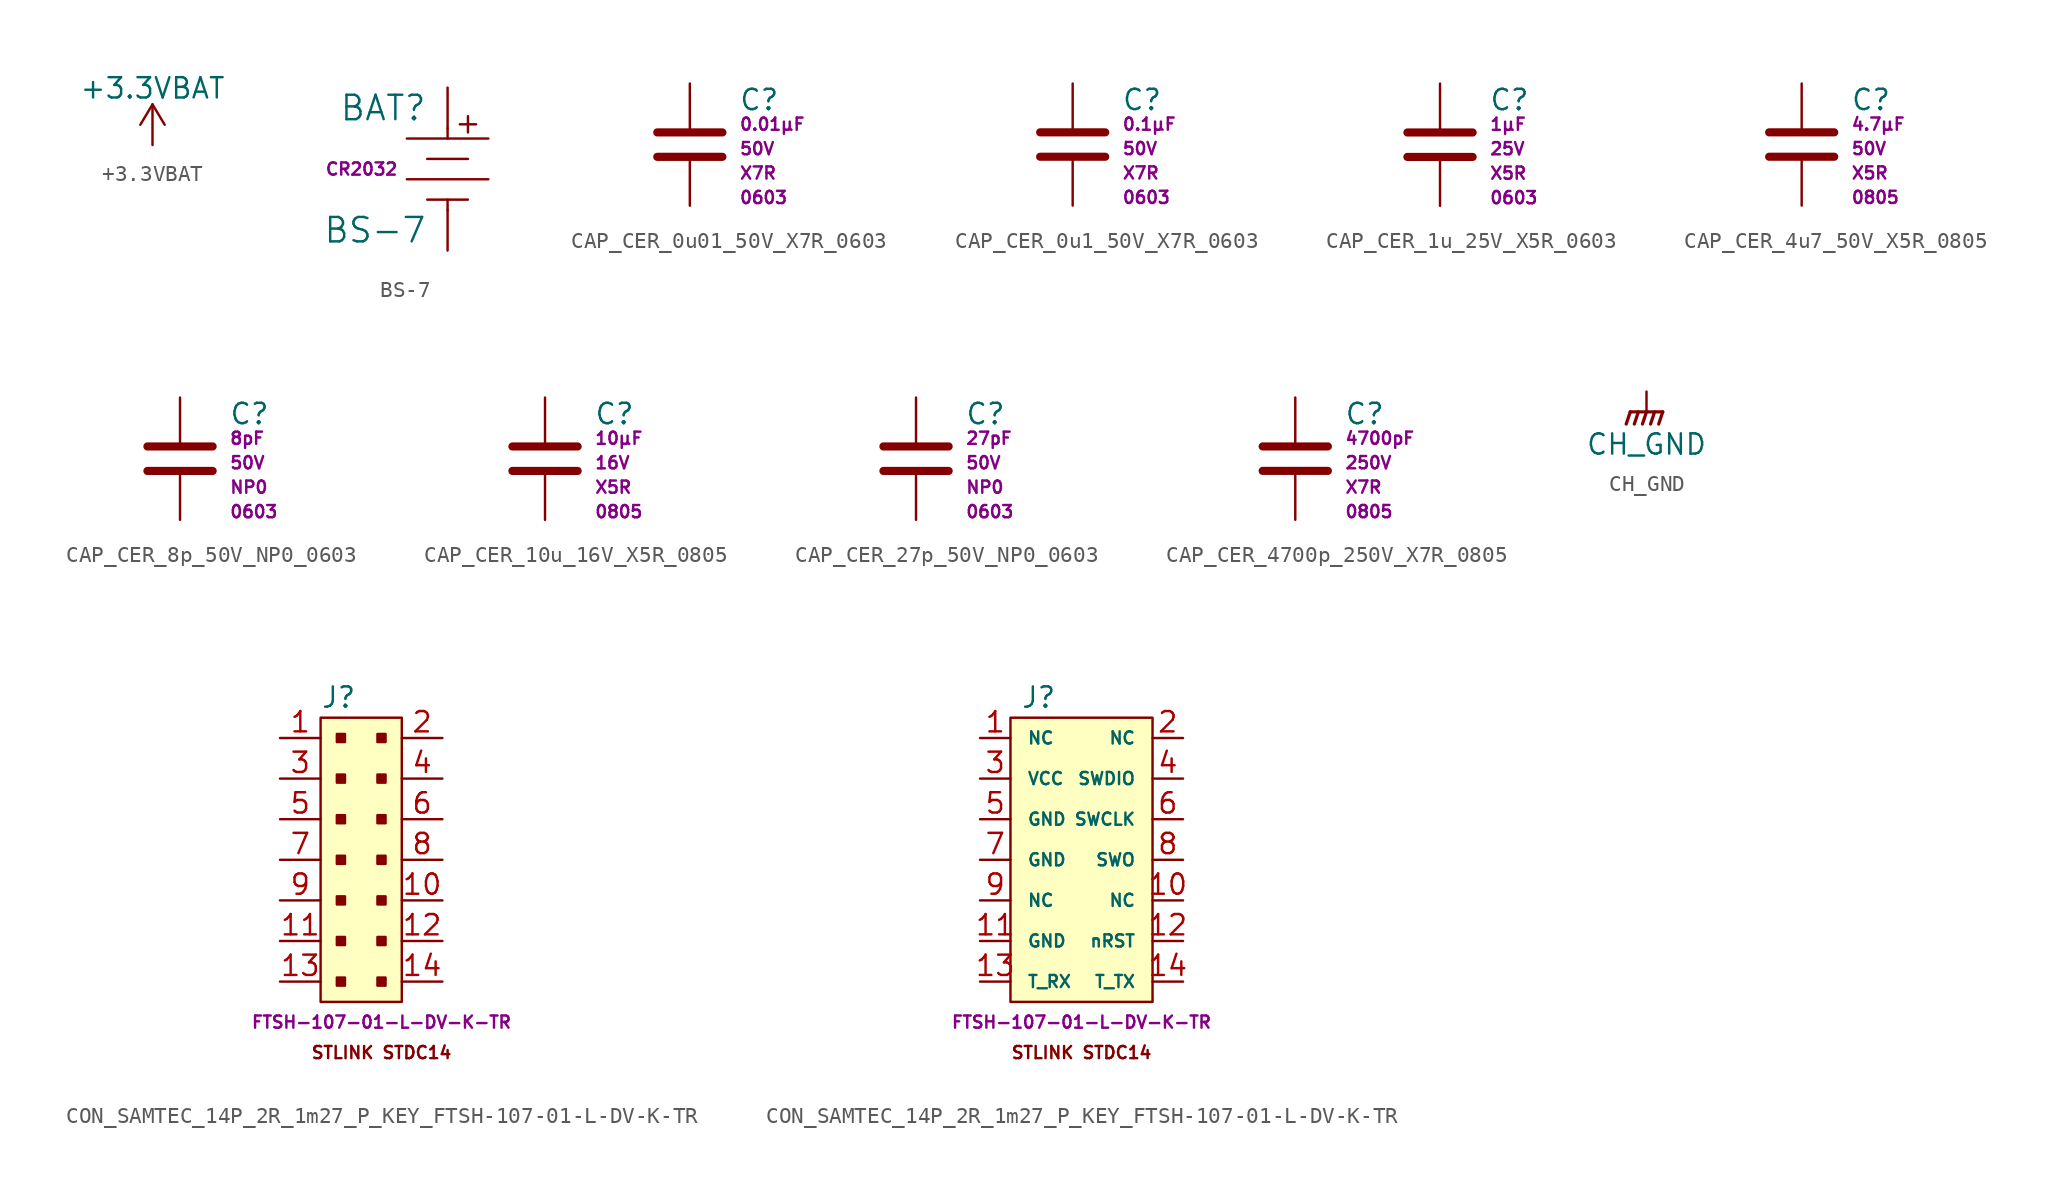
<source format=kicad_sym>
(kicad_symbol_lib
  (version 20211014)
  (generator kicad_symbol_editor)
  (symbol "+3.3VBAT"
    (power)
    (pin_names
      (offset 0))
    (property "Reference" "#PWR"
      (at 0 -3.81 0)
      (effects (font (size 1.27 1.27)) hide))
    (property "Value" "+3.3VBAT"
      (at 0 3.556 0)
      (effects (font (size 1.27 1.27))))
    (symbol "+3.3VBAT_0_1"
      (polyline (pts (xy -0.762 1.27) (xy 0 2.54)) (stroke (width 0) (type default) (color 0 0 0 0)) (fill (type none)))
      (polyline (pts (xy 0 0) (xy 0 2.54)) (stroke (width 0) (type default) (color 0 0 0 0)) (fill (type none)))
      (polyline (pts (xy 0 2.54) (xy 0.762 1.27)) (stroke (width 0) (type default) (color 0 0 0 0)) (fill (type none))))
    (symbol "+3.3VBAT_1_1"
      (pin power_in line (at 0 0 90) (length 0) hide (name "180V" (effects (font (size 1.27 1.27)))) (number "1" (effects (font (size 1.27 1.27)))))))
  (symbol "BS-7"
    (pin_numbers hide)
    (pin_names
      (offset 1.016))
    (property "Reference" "BAT"
      (at -1.27 -1.27 0)
      (effects (font (size 1.524 1.524)) (justify right)))
    (property "Value" "BS-7"
      (at -1.27 -8.89 0)
      (effects (font (size 1.524 1.524)) (justify right)))
    (property "Battery" "CR2032"
      (at -3.048 -5.08 0)
      (effects (font (size 0.762 0.762)) (justify right)))
    (symbol "BS-7_1_1"
      (polyline (pts (xy 0 -7.62) (xy 0 -6.985)) (stroke (width 0) (type default) (color 0 0 0 0)) (fill (type none)))
      (polyline (pts (xy 0 -3.175) (xy 0 -2.54)) (stroke (width 0) (type default) (color 0 0 0 0)) (fill (type none)))
      (polyline (pts (xy 1.27 -6.985) (xy -1.27 -6.985)) (stroke (width 0) (type default) (color 0 0 0 0)) (fill (type none)))
      (polyline (pts (xy 1.27 -4.445) (xy -1.27 -4.445)) (stroke (width 0) (type default) (color 0 0 0 0)) (fill (type none)))
      (polyline (pts (xy 1.27 -2.794) (xy 1.27 -1.778)) (stroke (width 0) (type default) (color 0 0 0 0)) (fill (type none)))
      (polyline (pts (xy 1.778 -2.286) (xy 0.762 -2.286)) (stroke (width 0) (type default) (color 0 0 0 0)) (fill (type none)))
      (polyline (pts (xy 2.54 -5.715) (xy -2.54 -5.715)) (stroke (width 0) (type default) (color 0 0 0 0)) (fill (type none)))
      (polyline (pts (xy 2.54 -3.175) (xy -2.54 -3.175)) (stroke (width 0) (type default) (color 0 0 0 0)) (fill (type none)))
      (pin power_out line (at 0 -10.16 90) (length 2.54) (name "~" (effects (font (size 1.27 1.27)))) (number "Neg" (effects (font (size 1.27 1.27)))))
      (pin power_out line (at 0 0 270) (length 2.54) (name "~" (effects (font (size 1.27 1.27)))) (number "Pos" (effects (font (size 1.27 1.27)))))))
  (symbol "CAP_CER_0u01_50V_X7R_0603"
    (pin_numbers hide)
    (pin_names
      (offset 0.254))
    (property "Reference" "C"
      (at 3.048 -1.016 0)
      (effects (font (size 1.27 1.27)) (justify left)))
    (property "Capacitance" "0.01µF"
      (at 3.048 -2.54 0)
      (effects (font (size 0.762 0.762)) (justify left)))
    (property "Voltage" "50V"
      (at 3.048 -4.064 0)
      (effects (font (size 0.762 0.762)) (justify left)))
    (property "Package" "0603"
      (at 3.048 -7.112 0)
      (effects (font (size 0.762 0.762)) (justify left)))
    (property "Temp Co" "X7R"
      (at 3.048 -5.588 0)
      (effects (font (size 0.762 0.762)) (justify left)))
    (symbol "CAP_CER_0u01_50V_X7R_0603_0_1"
      (polyline (pts (xy -2.032 -4.572) (xy 2.032 -4.572)) (stroke (width 0.508) (type default) (color 0 0 0 0)) (fill (type none)))
      (polyline (pts (xy -2.032 -3.048) (xy 2.032 -3.048)) (stroke (width 0.508) (type default) (color 0 0 0 0)) (fill (type none))))
    (symbol "CAP_CER_0u01_50V_X7R_0603_1_1"
      (pin passive line (at 0 0 270) (length 2.794) (name "~" (effects (font (size 1.27 1.27)))) (number "1" (effects (font (size 1.27 1.27)))))
      (pin passive line (at 0 -7.62 90) (length 2.794) (name "~" (effects (font (size 1.27 1.27)))) (number "2" (effects (font (size 1.27 1.27)))))))
  (symbol "CAP_CER_0u1_50V_X7R_0603"
    (pin_numbers hide)
    (pin_names
      (offset 0.254))
    (property "Reference" "C"
      (at 3.048 -1.016 0)
      (effects (font (size 1.27 1.27)) (justify left)))
    (property "Capacitance" "0.1µF"
      (at 3.048 -2.54 0)
      (effects (font (size 0.762 0.762)) (justify left)))
    (property "Voltage" "50V"
      (at 3.048 -4.064 0)
      (effects (font (size 0.762 0.762)) (justify left)))
    (property "Package" "0603"
      (at 3.048 -7.112 0)
      (effects (font (size 0.762 0.762)) (justify left)))
    (property "Temp Co" "X7R"
      (at 3.048 -5.588 0)
      (effects (font (size 0.762 0.762)) (justify left)))
    (symbol "CAP_CER_0u1_50V_X7R_0603_0_1"
      (polyline (pts (xy -2.032 -4.572) (xy 2.032 -4.572)) (stroke (width 0.508) (type default) (color 0 0 0 0)) (fill (type none)))
      (polyline (pts (xy -2.032 -3.048) (xy 2.032 -3.048)) (stroke (width 0.508) (type default) (color 0 0 0 0)) (fill (type none))))
    (symbol "CAP_CER_0u1_50V_X7R_0603_1_1"
      (pin passive line (at 0 0 270) (length 2.794) (name "~" (effects (font (size 1.27 1.27)))) (number "1" (effects (font (size 1.27 1.27)))))
      (pin passive line (at 0 -7.62 90) (length 2.794) (name "~" (effects (font (size 1.27 1.27)))) (number "2" (effects (font (size 1.27 1.27)))))))
  (symbol "CAP_CER_1u_25V_X5R_0603"
    (pin_numbers hide)
    (pin_names
      (offset 0.254))
    (property "Reference" "C"
      (at 3.048 -1.016 0)
      (effects (font (size 1.27 1.27)) (justify left)))
    (property "Capacitance" "1µF"
      (at 3.048 -2.54 0)
      (effects (font (size 0.762 0.762)) (justify left)))
    (property "Voltage" "25V"
      (at 3.048 -4.064 0)
      (effects (font (size 0.762 0.762)) (justify left)))
    (property "Package" "0603"
      (at 3.048 -7.112 0)
      (effects (font (size 0.762 0.762)) (justify left)))
    (property "Temp Co" "X5R"
      (at 3.048 -5.588 0)
      (effects (font (size 0.762 0.762)) (justify left)))
    (symbol "CAP_CER_1u_25V_X5R_0603_0_1"
      (polyline (pts (xy -2.032 -4.572) (xy 2.032 -4.572)) (stroke (width 0.508) (type default) (color 0 0 0 0)) (fill (type none)))
      (polyline (pts (xy -2.032 -3.048) (xy 2.032 -3.048)) (stroke (width 0.508) (type default) (color 0 0 0 0)) (fill (type none))))
    (symbol "CAP_CER_1u_25V_X5R_0603_1_1"
      (pin passive line (at 0 0 270) (length 2.794) (name "~" (effects (font (size 1.27 1.27)))) (number "1" (effects (font (size 1.27 1.27)))))
      (pin passive line (at 0 -7.62 90) (length 2.794) (name "~" (effects (font (size 1.27 1.27)))) (number "2" (effects (font (size 1.27 1.27)))))))
  (symbol "CAP_CER_4u7_50V_X5R_0805"
    (pin_numbers hide)
    (pin_names
      (offset 0.254))
    (property "Reference" "C"
      (at 3.048 -1.016 0)
      (effects (font (size 1.27 1.27)) (justify left)))
    (property "Capacitance" "4.7µF"
      (at 3.048 -2.54 0)
      (effects (font (size 0.762 0.762)) (justify left)))
    (property "Voltage" "50V"
      (at 3.048 -4.064 0)
      (effects (font (size 0.762 0.762)) (justify left)))
    (property "Package" "0805"
      (at 3.048 -7.112 0)
      (effects (font (size 0.762 0.762)) (justify left)))
    (property "Temp Co" "X5R"
      (at 3.048 -5.588 0)
      (effects (font (size 0.762 0.762)) (justify left)))
    (symbol "CAP_CER_4u7_50V_X5R_0805_0_1"
      (polyline (pts (xy -2.032 -4.572) (xy 2.032 -4.572)) (stroke (width 0.508) (type default) (color 0 0 0 0)) (fill (type none)))
      (polyline (pts (xy -2.032 -3.048) (xy 2.032 -3.048)) (stroke (width 0.508) (type default) (color 0 0 0 0)) (fill (type none))))
    (symbol "CAP_CER_4u7_50V_X5R_0805_1_1"
      (pin passive line (at 0 0 270) (length 2.794) (name "~" (effects (font (size 1.27 1.27)))) (number "1" (effects (font (size 1.27 1.27)))))
      (pin passive line (at 0 -7.62 90) (length 2.794) (name "~" (effects (font (size 1.27 1.27)))) (number "2" (effects (font (size 1.27 1.27)))))))
  (symbol "CAP_CER_8p_50V_NP0_0603"
    (pin_numbers hide)
    (pin_names
      (offset 0.254))
    (property "Reference" "C"
      (at 3.048 -1.016 0)
      (effects (font (size 1.27 1.27)) (justify left)))
    (property "Capacitance" "8pF"
      (at 3.048 -2.54 0)
      (effects (font (size 0.762 0.762)) (justify left)))
    (property "Voltage" "50V"
      (at 3.048 -4.064 0)
      (effects (font (size 0.762 0.762)) (justify left)))
    (property "Package" "0603"
      (at 3.048 -7.112 0)
      (effects (font (size 0.762 0.762)) (justify left)))
    (property "Temp Co" "NP0"
      (at 3.048 -5.588 0)
      (effects (font (size 0.762 0.762)) (justify left)))
    (symbol "CAP_CER_8p_50V_NP0_0603_0_1"
      (polyline (pts (xy -2.032 -4.572) (xy 2.032 -4.572)) (stroke (width 0.508) (type default) (color 0 0 0 0)) (fill (type none)))
      (polyline (pts (xy -2.032 -3.048) (xy 2.032 -3.048)) (stroke (width 0.508) (type default) (color 0 0 0 0)) (fill (type none))))
    (symbol "CAP_CER_8p_50V_NP0_0603_1_1"
      (pin passive line (at 0 0 270) (length 2.794) (name "~" (effects (font (size 1.27 1.27)))) (number "1" (effects (font (size 1.27 1.27)))))
      (pin passive line (at 0 -7.62 90) (length 2.794) (name "~" (effects (font (size 1.27 1.27)))) (number "2" (effects (font (size 1.27 1.27)))))))
  (symbol "CAP_CER_10u_16V_X5R_0805"
    (pin_numbers hide)
    (pin_names
      (offset 0.254))
    (property "Reference" "C"
      (at 3.048 -1.016 0)
      (effects (font (size 1.27 1.27)) (justify left)))
    (property "Capacitance" "10µF"
      (at 3.048 -2.54 0)
      (effects (font (size 0.762 0.762)) (justify left)))
    (property "Voltage" "16V"
      (at 3.048 -4.064 0)
      (effects (font (size 0.762 0.762)) (justify left)))
    (property "Package" "0805"
      (at 3.048 -7.112 0)
      (effects (font (size 0.762 0.762)) (justify left)))
    (property "Temp Co" "X5R"
      (at 3.048 -5.588 0)
      (effects (font (size 0.762 0.762)) (justify left)))
    (symbol "CAP_CER_10u_16V_X5R_0805_0_1"
      (polyline (pts (xy -2.032 -4.572) (xy 2.032 -4.572)) (stroke (width 0.508) (type default) (color 0 0 0 0)) (fill (type none)))
      (polyline (pts (xy -2.032 -3.048) (xy 2.032 -3.048)) (stroke (width 0.508) (type default) (color 0 0 0 0)) (fill (type none))))
    (symbol "CAP_CER_10u_16V_X5R_0805_1_1"
      (pin passive line (at 0 0 270) (length 2.794) (name "~" (effects (font (size 1.27 1.27)))) (number "1" (effects (font (size 1.27 1.27)))))
      (pin passive line (at 0 -7.62 90) (length 2.794) (name "~" (effects (font (size 1.27 1.27)))) (number "2" (effects (font (size 1.27 1.27)))))))
  (symbol "CAP_CER_27p_50V_NP0_0603"
    (pin_numbers hide)
    (pin_names
      (offset 0.254))
    (property "Reference" "C"
      (at 3.048 -1.016 0)
      (effects (font (size 1.27 1.27)) (justify left)))
    (property "Capacitance" "27pF"
      (at 3.048 -2.54 0)
      (effects (font (size 0.762 0.762)) (justify left)))
    (property "Voltage" "50V"
      (at 3.048 -4.064 0)
      (effects (font (size 0.762 0.762)) (justify left)))
    (property "Package" "0603"
      (at 3.048 -7.112 0)
      (effects (font (size 0.762 0.762)) (justify left)))
    (property "Temp Co" "NP0"
      (at 3.048 -5.588 0)
      (effects (font (size 0.762 0.762)) (justify left)))
    (symbol "CAP_CER_27p_50V_NP0_0603_0_1"
      (polyline (pts (xy -2.032 -4.572) (xy 2.032 -4.572)) (stroke (width 0.508) (type default) (color 0 0 0 0)) (fill (type none)))
      (polyline (pts (xy -2.032 -3.048) (xy 2.032 -3.048)) (stroke (width 0.508) (type default) (color 0 0 0 0)) (fill (type none))))
    (symbol "CAP_CER_27p_50V_NP0_0603_1_1"
      (pin passive line (at 0 0 270) (length 2.794) (name "~" (effects (font (size 1.27 1.27)))) (number "1" (effects (font (size 1.27 1.27)))))
      (pin passive line (at 0 -7.62 90) (length 2.794) (name "~" (effects (font (size 1.27 1.27)))) (number "2" (effects (font (size 1.27 1.27)))))))
  (symbol "CAP_CER_4700p_250V_X7R_0805"
    (pin_numbers hide)
    (pin_names
      (offset 0.254))
    (property "Reference" "C"
      (at 3.048 -1.016 0)
      (effects (font (size 1.27 1.27)) (justify left)))
    (property "Capacitance" "4700pF"
      (at 3.048 -2.54 0)
      (effects (font (size 0.762 0.762)) (justify left)))
    (property "Voltage" "250V"
      (at 3.048 -4.064 0)
      (effects (font (size 0.762 0.762)) (justify left)))
    (property "Package" "0805"
      (at 3.048 -7.112 0)
      (effects (font (size 0.762 0.762)) (justify left)))
    (property "Temp Co" "X7R"
      (at 3.048 -5.588 0)
      (effects (font (size 0.762 0.762)) (justify left)))
    (symbol "CAP_CER_4700p_250V_X7R_0805_0_1"
      (polyline (pts (xy -2.032 -4.572) (xy 2.032 -4.572)) (stroke (width 0.508) (type default) (color 0 0 0 0)) (fill (type none)))
      (polyline (pts (xy -2.032 -3.048) (xy 2.032 -3.048)) (stroke (width 0.508) (type default) (color 0 0 0 0)) (fill (type none))))
    (symbol "CAP_CER_4700p_250V_X7R_0805_1_1"
      (pin passive line (at 0 0 270) (length 2.794) (name "~" (effects (font (size 1.27 1.27)))) (number "1" (effects (font (size 1.27 1.27)))))
      (pin passive line (at 0 -7.62 90) (length 2.794) (name "~" (effects (font (size 1.27 1.27)))) (number "2" (effects (font (size 1.27 1.27)))))))
  (symbol "CH_GND"
    (power)
    (pin_names
      (offset 0))
    (property "Reference" "#PWR"
      (at 0 -5.08 0)
      (effects (font (size 1.27 1.27)) hide))
    (property "Value" "CH_GND"
      (at 0 -3.302 0)
      (effects (font (size 1.27 1.27))))
    (symbol "CH_GND_0_1"
      (polyline (pts (xy 0 -1.27) (xy 0 0)) (stroke (width 0) (type default) (color 0 0 0 0)) (fill (type none)))
      (polyline (pts (xy -1.016 -1.27) (xy -1.27 -2.032) (xy -1.27 -2.032)) (stroke (width 0.203) (type default) (color 0 0 0 0)) (fill (type none)))
      (polyline (pts (xy -0.508 -1.27) (xy -0.762 -2.032) (xy -0.762 -2.032)) (stroke (width 0.203) (type default) (color 0 0 0 0)) (fill (type none)))
      (polyline (pts (xy 0 -1.27) (xy -0.254 -2.032) (xy -0.254 -2.032)) (stroke (width 0.203) (type default) (color 0 0 0 0)) (fill (type none)))
      (polyline (pts (xy 0.508 -1.27) (xy 0.254 -2.032) (xy 0.254 -2.032)) (stroke (width 0.203) (type default) (color 0 0 0 0)) (fill (type none)))
      (polyline (pts (xy 1.016 -1.27) (xy -1.016 -1.27) (xy -1.016 -1.27)) (stroke (width 0.203) (type default) (color 0 0 0 0)) (fill (type none)))
      (polyline (pts (xy 1.016 -1.27) (xy 0.762 -2.032) (xy 0.762 -2.032) (xy 0.762 -2.032)) (stroke (width 0.203) (type default) (color 0 0 0 0)) (fill (type none))))
    (symbol "CH_GND_1_1"
      (pin power_in line (at 0 0 270) (length 0) hide (name "GNDPWR" (effects (font (size 1.27 1.27)))) (number "1" (effects (font (size 1.27 1.27)))))))
  (symbol "CON_SAMTEC_14P_2R_1m27_P_KEY_FTSH-107-01-L-DV-K-TR"
    (pin_names
      (offset 1.016))
    (property "Reference" "J"
      (at 2.54 2.54 0)
      (effects (font (size 1.27 1.27)) (justify left)))
    (property "ManufacturerPN" "FTSH-107-01-L-DV-K-TR"
      (at 6.35 -17.78 0)
      (effects (font (size 0.762 0.762))))
    (symbol "CON_SAMTEC_14P_2R_1m27_P_KEY_FTSH-107-01-L-DV-K-TR_0_0"
      (text "STLINK STDC14" (at 6.35 -19.685 0) (effects (font (size 0.762 0.762)))))
    (symbol "CON_SAMTEC_14P_2R_1m27_P_KEY_FTSH-107-01-L-DV-K-TR_1_1"
      (rectangle (start 2.54 1.27) (end 7.62 -16.51) (stroke (width 0) (type default) (color 0 0 0 0)) (fill (type background)))
      (rectangle (start 3.556 -14.986) (end 4.064 -15.494) (stroke (width 0) (type default) (color 0 0 0 0)) (fill (type outline)))
      (rectangle (start 3.556 -12.446) (end 4.064 -12.954) (stroke (width 0) (type default) (color 0 0 0 0)) (fill (type outline)))
      (rectangle (start 3.556 -9.906) (end 4.064 -10.414) (stroke (width 0) (type default) (color 0 0 0 0)) (fill (type outline)))
      (rectangle (start 3.556 -7.366) (end 4.064 -7.874) (stroke (width 0) (type default) (color 0 0 0 0)) (fill (type outline)))
      (rectangle (start 3.556 -4.826) (end 4.064 -5.334) (stroke (width 0) (type default) (color 0 0 0 0)) (fill (type outline)))
      (rectangle (start 3.556 -2.286) (end 4.064 -2.794) (stroke (width 0) (type default) (color 0 0 0 0)) (fill (type outline)))
      (rectangle (start 3.556 0.254) (end 4.064 -0.254) (stroke (width 0) (type default) (color 0 0 0 0)) (fill (type outline)))
      (rectangle (start 6.096 -14.986) (end 6.604 -15.494) (stroke (width 0) (type default) (color 0 0 0 0)) (fill (type outline)))
      (rectangle (start 6.096 -12.446) (end 6.604 -12.954) (stroke (width 0) (type default) (color 0 0 0 0)) (fill (type outline)))
      (rectangle (start 6.096 -9.906) (end 6.604 -10.414) (stroke (width 0) (type default) (color 0 0 0 0)) (fill (type outline)))
      (rectangle (start 6.096 -7.366) (end 6.604 -7.874) (stroke (width 0) (type default) (color 0 0 0 0)) (fill (type outline)))
      (rectangle (start 6.096 -4.826) (end 6.604 -5.334) (stroke (width 0) (type default) (color 0 0 0 0)) (fill (type outline)))
      (rectangle (start 6.096 -2.286) (end 6.604 -2.794) (stroke (width 0) (type default) (color 0 0 0 0)) (fill (type outline)))
      (rectangle (start 6.096 0.254) (end 6.604 -0.254) (stroke (width 0) (type default) (color 0 0 0 0)) (fill (type outline)))
      (pin passive line (at 0 0 0) (length 2.54) (name "~" (effects (font (size 1.27 1.27)))) (number "1" (effects (font (size 1.27 1.27)))))
      (pin passive line (at 10.16 -10.16 180) (length 2.54) (name "~" (effects (font (size 1.27 1.27)))) (number "10" (effects (font (size 1.27 1.27)))))
      (pin passive line (at 0 -12.7 0) (length 2.54) (name "~" (effects (font (size 1.27 1.27)))) (number "11" (effects (font (size 1.27 1.27)))))
      (pin passive line (at 10.16 -12.7 180) (length 2.54) (name "~" (effects (font (size 1.27 1.27)))) (number "12" (effects (font (size 1.27 1.27)))))
      (pin passive line (at 0 -15.24 0) (length 2.54) (name "~" (effects (font (size 1.27 1.27)))) (number "13" (effects (font (size 1.27 1.27)))))
      (pin passive line (at 10.16 -15.24 180) (length 2.54) (name "~" (effects (font (size 1.27 1.27)))) (number "14" (effects (font (size 1.27 1.27)))))
      (pin passive line (at 10.16 0 180) (length 2.54) (name "~" (effects (font (size 1.27 1.27)))) (number "2" (effects (font (size 1.27 1.27)))))
      (pin passive line (at 0 -2.54 0) (length 2.54) (name "~" (effects (font (size 1.27 1.27)))) (number "3" (effects (font (size 1.27 1.27)))))
      (pin passive line (at 10.16 -2.54 180) (length 2.54) (name "~" (effects (font (size 1.27 1.27)))) (number "4" (effects (font (size 1.27 1.27)))))
      (pin passive line (at 0 -5.08 0) (length 2.54) (name "~" (effects (font (size 1.27 1.27)))) (number "5" (effects (font (size 1.27 1.27)))))
      (pin passive line (at 10.16 -5.08 180) (length 2.54) (name "~" (effects (font (size 1.27 1.27)))) (number "6" (effects (font (size 1.27 1.27)))))
      (pin passive line (at 0 -7.62 0) (length 2.54) (name "~" (effects (font (size 1.27 1.27)))) (number "7" (effects (font (size 1.27 1.27)))))
      (pin passive line (at 10.16 -7.62 180) (length 2.54) (name "~" (effects (font (size 1.27 1.27)))) (number "8" (effects (font (size 1.27 1.27)))))
      (pin passive line (at 0 -10.16 0) (length 2.54) (name "~" (effects (font (size 1.27 1.27)))) (number "9" (effects (font (size 1.27 1.27))))))
    (symbol "CON_SAMTEC_14P_2R_1m27_P_KEY_FTSH-107-01-L-DV-K-TR_1_2"
      (rectangle (start 1.905 1.27) (end 10.795 -16.51) (stroke (width 0) (type default) (color 0 0 0 0)) (fill (type background)))
      (pin passive line (at 0 0 0) (length 1.905) (name "NC" (effects (font (size 0.762 0.762)))) (number "1" (effects (font (size 1.27 1.27)))))
      (pin passive line (at 12.7 -10.16 180) (length 1.905) (name "NC" (effects (font (size 0.762 0.762)))) (number "10" (effects (font (size 1.27 1.27)))))
      (pin passive line (at 0 -12.7 0) (length 1.905) (name "GND" (effects (font (size 0.762 0.762)))) (number "11" (effects (font (size 1.27 1.27)))))
      (pin passive line (at 12.7 -12.7 180) (length 1.905) (name "nRST" (effects (font (size 0.762 0.762)))) (number "12" (effects (font (size 1.27 1.27)))))
      (pin passive line (at 0 -15.24 0) (length 1.905) (name "T_RX" (effects (font (size 0.762 0.762)))) (number "13" (effects (font (size 1.27 1.27)))))
      (pin passive line (at 12.7 -15.24 180) (length 1.905) (name "T_TX" (effects (font (size 0.762 0.762)))) (number "14" (effects (font (size 1.27 1.27)))))
      (pin passive line (at 12.7 0 180) (length 1.905) (name "NC" (effects (font (size 0.762 0.762)))) (number "2" (effects (font (size 1.27 1.27)))))
      (pin passive line (at 0 -2.54 0) (length 1.905) (name "VCC" (effects (font (size 0.762 0.762)))) (number "3" (effects (font (size 1.27 1.27)))))
      (pin passive line (at 12.7 -2.54 180) (length 1.905) (name "SWDIO" (effects (font (size 0.762 0.762)))) (number "4" (effects (font (size 1.27 1.27)))))
      (pin passive line (at 0 -5.08 0) (length 1.905) (name "GND" (effects (font (size 0.762 0.762)))) (number "5" (effects (font (size 1.27 1.27)))))
      (pin passive line (at 12.7 -5.08 180) (length 1.905) (name "SWCLK" (effects (font (size 0.762 0.762)))) (number "6" (effects (font (size 1.27 1.27)))))
      (pin passive line (at 0 -7.62 0) (length 1.905) (name "GND" (effects (font (size 0.762 0.762)))) (number "7" (effects (font (size 1.27 1.27)))))
      (pin passive line (at 12.7 -7.62 180) (length 1.905) (name "SWO" (effects (font (size 0.762 0.762)))) (number "8" (effects (font (size 1.27 1.27)))))
      (pin passive line (at 0 -10.16 0) (length 1.905) (name "NC" (effects (font (size 0.762 0.762)))) (number "9" (effects (font (size 1.27 1.27))))))))
</source>
